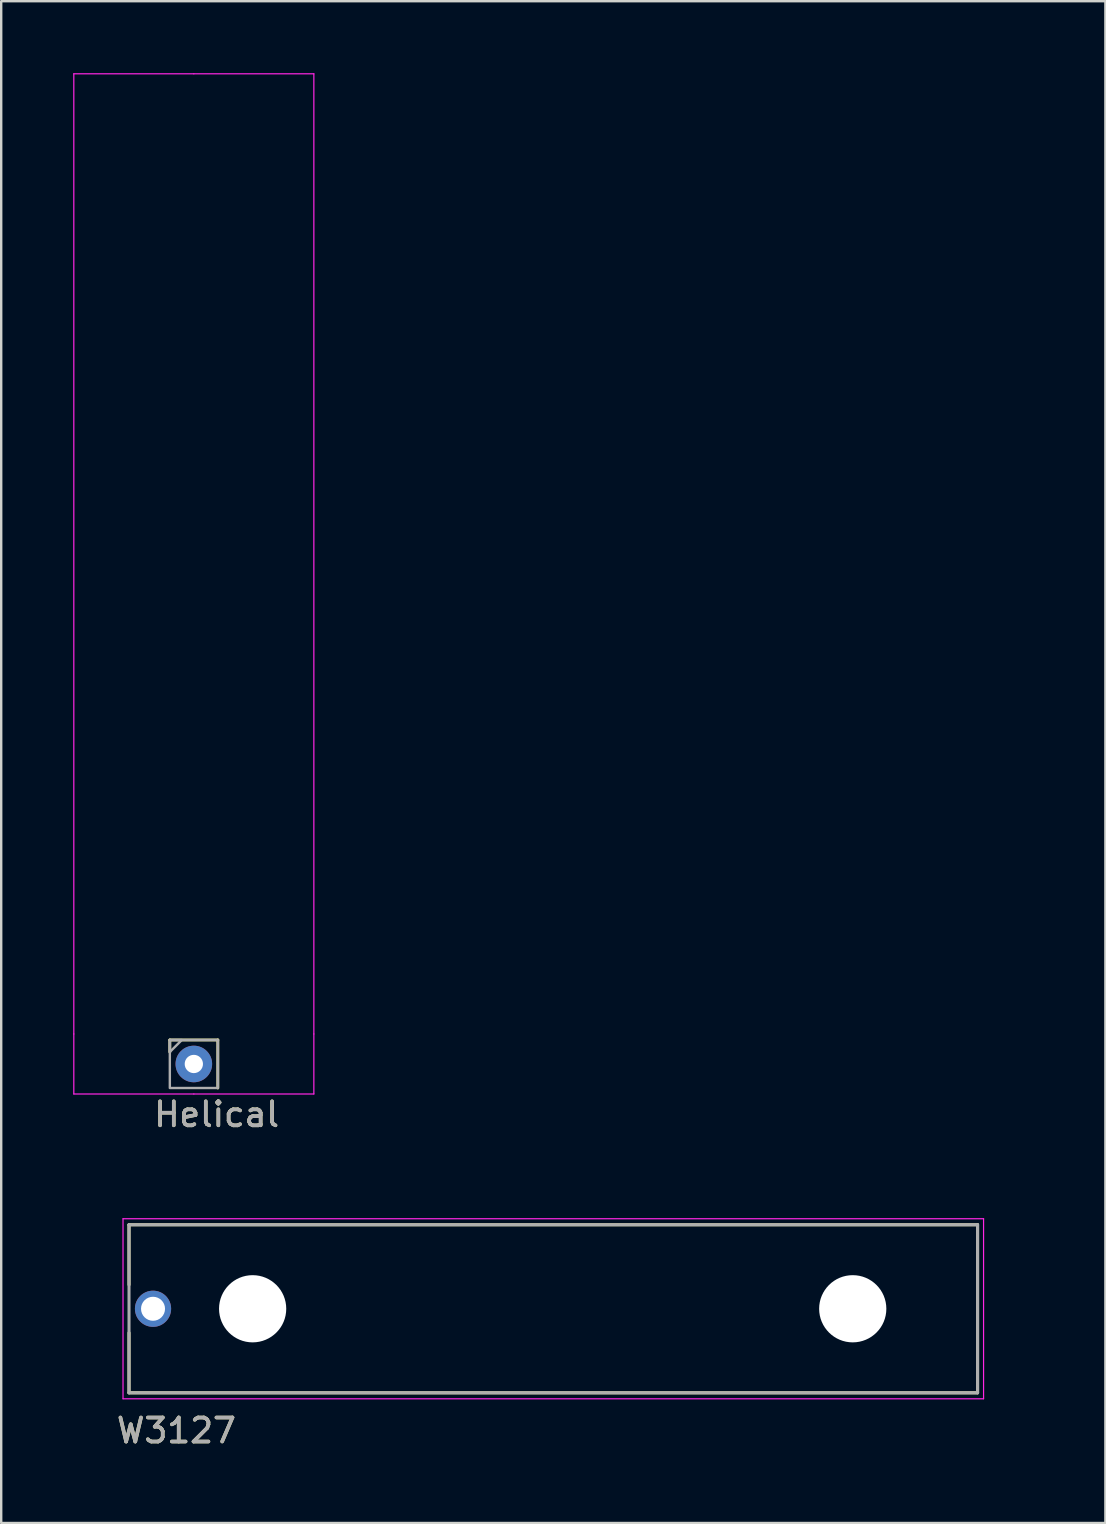
<source format=kicad_pcb>
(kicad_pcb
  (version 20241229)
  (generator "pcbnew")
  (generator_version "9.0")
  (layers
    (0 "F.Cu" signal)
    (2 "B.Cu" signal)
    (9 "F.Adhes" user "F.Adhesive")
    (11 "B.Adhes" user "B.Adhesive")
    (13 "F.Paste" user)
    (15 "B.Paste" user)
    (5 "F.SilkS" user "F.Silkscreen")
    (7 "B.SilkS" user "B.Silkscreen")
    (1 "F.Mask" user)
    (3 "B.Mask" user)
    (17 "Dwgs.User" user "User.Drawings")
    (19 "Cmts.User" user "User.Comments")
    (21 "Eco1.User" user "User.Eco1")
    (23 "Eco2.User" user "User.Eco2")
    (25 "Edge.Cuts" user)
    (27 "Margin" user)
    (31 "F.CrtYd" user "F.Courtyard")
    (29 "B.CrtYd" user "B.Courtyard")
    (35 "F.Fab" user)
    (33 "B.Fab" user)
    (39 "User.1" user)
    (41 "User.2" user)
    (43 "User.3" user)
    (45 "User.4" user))
  (footprint "W3127"
    (layer "F.Cu")
    (at 3.325 51.473)
    (property "Reference" "W3127" (at 0.975 5.075 0) (layer "F.SilkS") (effects (font (size 1 1) (thickness 0.15))))
    (attr through_hole)
    (fp_line (start -1 -3.5) (end 34.35 -3.5) (stroke (width 0.127) (type solid)) (layer "F.SilkS"))
    (fp_line (start -1 -1) (end -1 -3.5) (stroke (width 0.127) (type solid)) (layer "F.SilkS"))
    (fp_line (start -1 3.5) (end -1 1) (stroke (width 0.127) (type solid)) (layer "F.SilkS"))
    (fp_line (start 34.35 -3.5) (end 34.35 3.5) (stroke (width 0.127) (type solid)) (layer "F.SilkS"))
    (fp_line (start 34.35 3.5) (end -1 3.5) (stroke (width 0.127) (type solid)) (layer "F.SilkS"))
    (fp_line (start -1.25 -3.75) (end 34.6 -3.75) (stroke (width 0.05) (type solid)) (layer "F.CrtYd"))
    (fp_line (start -1.25 3.75) (end -1.25 -3.75) (stroke (width 0.05) (type solid)) (layer "F.CrtYd"))
    (fp_line (start 34.6 -3.75) (end 34.6 3.75) (stroke (width 0.05) (type solid)) (layer "F.CrtYd"))
    (fp_line (start 34.6 3.75) (end -1.25 3.75) (stroke (width 0.05) (type solid)) (layer "F.CrtYd"))
    (fp_line (start -1 -3.5) (end 34.35 -3.5) (stroke (width 0.127) (type solid)) (layer "F.Fab"))
    (fp_line (start -1 3.5) (end -1 -3.5) (stroke (width 0.127) (type solid)) (layer "F.Fab"))
    (fp_line (start 34.35 -3.5) (end 34.35 3.5) (stroke (width 0.127) (type solid)) (layer "F.Fab"))
    (fp_line (start 34.35 3.5) (end -1 3.5) (stroke (width 0.127) (type solid)) (layer "F.Fab"))
    (fp_text user "${REFERENCE}" (at 0.975 5.075 180) (layer "F.Fab") (effects (font (size 1 1) (thickness 0.15))))
    (pad "" np_thru_hole circle (at 4.15 0) (size 2.8 2.8) (drill 2.8) (layers "*.Cu" "*.Mask"))
    (pad "" np_thru_hole circle (at 29.15 0) (size 2.8 2.8) (drill 2.8) (layers "*.Cu" "*.Mask"))
    (pad "1" thru_hole circle (at 0 0) (size 1.508 1.508) (drill 1) (layers "*.Cu" "*.Mask"))
    (zone (net_name "") (layer "F.Cu") (hatch full 0.508) (connect_pads) (min_thickness 0.254) (filled_areas_thickness no) (keepout (tracks not_allowed) (vias not_allowed) (pads not_allowed) (copperpour not_allowed) (footprints allowed)) (placement (enabled no)) (fill) (polygon (pts (xy 2.55 55.723) (xy 0 55.723) (xy 0 47.223) (xy 2.55 47.223))))
    (zone (net_name "") (layer "F.Cu") (hatch full 0.508) (connect_pads) (min_thickness 0.254) (filled_areas_thickness no) (keepout (tracks allowed) (vias allowed) (pads allowed) (copperpour not_allowed) (footprints allowed)) (placement (enabled no)) (fill) (polygon (pts (xy 4.1 55.723) (xy 2.55 55.723) (xy 2.55 47.223) (xy 4.1 47.223))))
    (zone (net_name "") (layer "F.Cu") (hatch full 0.508) (connect_pads) (min_thickness 0.254) (filled_areas_thickness no) (keepout (tracks not_allowed) (vias not_allowed) (pads not_allowed) (copperpour not_allowed) (footprints allowed)) (placement (enabled no)) (fill) (polygon (pts (xy 40 55.723) (xy 4.1 55.723) (xy 4.1 47.223) (xy 40 47.223))))
    (zone (net_name "") (layer "B.Cu") (hatch full 0.508) (connect_pads) (min_thickness 0.01) (filled_areas_thickness no) (keepout (tracks not_allowed) (vias not_allowed) (pads not_allowed) (copperpour not_allowed) (footprints allowed)) (placement (enabled no)) (fill) (polygon (pts (xy 0 47.223) (xy 40 47.223) (xy 40 55.723) (xy 0 55.723)))))
  (footprint "Helical"
    (layer "F.Cu")
    (at 5.025 41.275)
    (property "Reference" "Helical" (at 0.95 2.1 0) (unlocked yes) (layer "F.SilkS") (effects (font (size 1 1) (thickness 0.15))))
    (attr through_hole)
    (fp_line (start -1 -1) (end -1 -0.5) (stroke (width 0.12) (type solid)) (layer "F.SilkS"))
    (fp_line (start -1 -1) (end 1 -1) (stroke (width 0.12) (type solid)) (layer "F.SilkS"))
    (fp_line (start 1 -1) (end 1 1) (stroke (width 0.12) (type solid)) (layer "F.SilkS"))
    (fp_line (start -5 -41.25) (end 0 -41.25) (stroke (width 0.05) (type solid)) (layer "F.CrtYd"))
    (fp_line (start -5 -1.25) (end -5 -41.25) (stroke (width 0.05) (type solid)) (layer "F.CrtYd"))
    (fp_line (start -5 1.25) (end -5 -1.25) (stroke (width 0.05) (type solid)) (layer "F.CrtYd"))
    (fp_line (start -5 1.25) (end 0 1.25) (stroke (width 0.05) (type solid)) (layer "F.CrtYd"))
    (fp_line (start 0 1.25) (end 5 1.25) (stroke (width 0.05) (type solid)) (layer "F.CrtYd"))
    (fp_line (start 5 -41.25) (end 0 -41.25) (stroke (width 0.05) (type solid)) (layer "F.CrtYd"))
    (fp_line (start 5 -1.25) (end 5 -41.25) (stroke (width 0.05) (type solid)) (layer "F.CrtYd"))
    (fp_line (start 5 1.25) (end 5 -1.25) (stroke (width 0.05) (type solid)) (layer "F.CrtYd"))
    (fp_rect (start 1 1) (end -1 -1) (stroke (width 0.1) (type solid)) (fill no) (layer "F.Fab"))
    (fp_poly (pts (xy -1 -0.5) (xy -1 -1) (xy -0.5 -1)) (stroke (width 0.1) (type solid)) (fill no) (layer "F.Fab"))
    (fp_text user "${REFERENCE}" (at 0.95 2.1 0) (unlocked yes) (layer "F.Fab") (effects (font (size 1 1) (thickness 0.15))))
    (pad "1" thru_hole circle (at 0 0) (size 1.524 1.524) (drill 0.762) (layers "*.Cu" "*.Mask")))
  (gr_rect
    (start -3 -3)
    (end 43 60.397)
    (stroke (width 0.1) (type default))
    (fill no)
    (layer "Edge.Cuts")))
</source>
